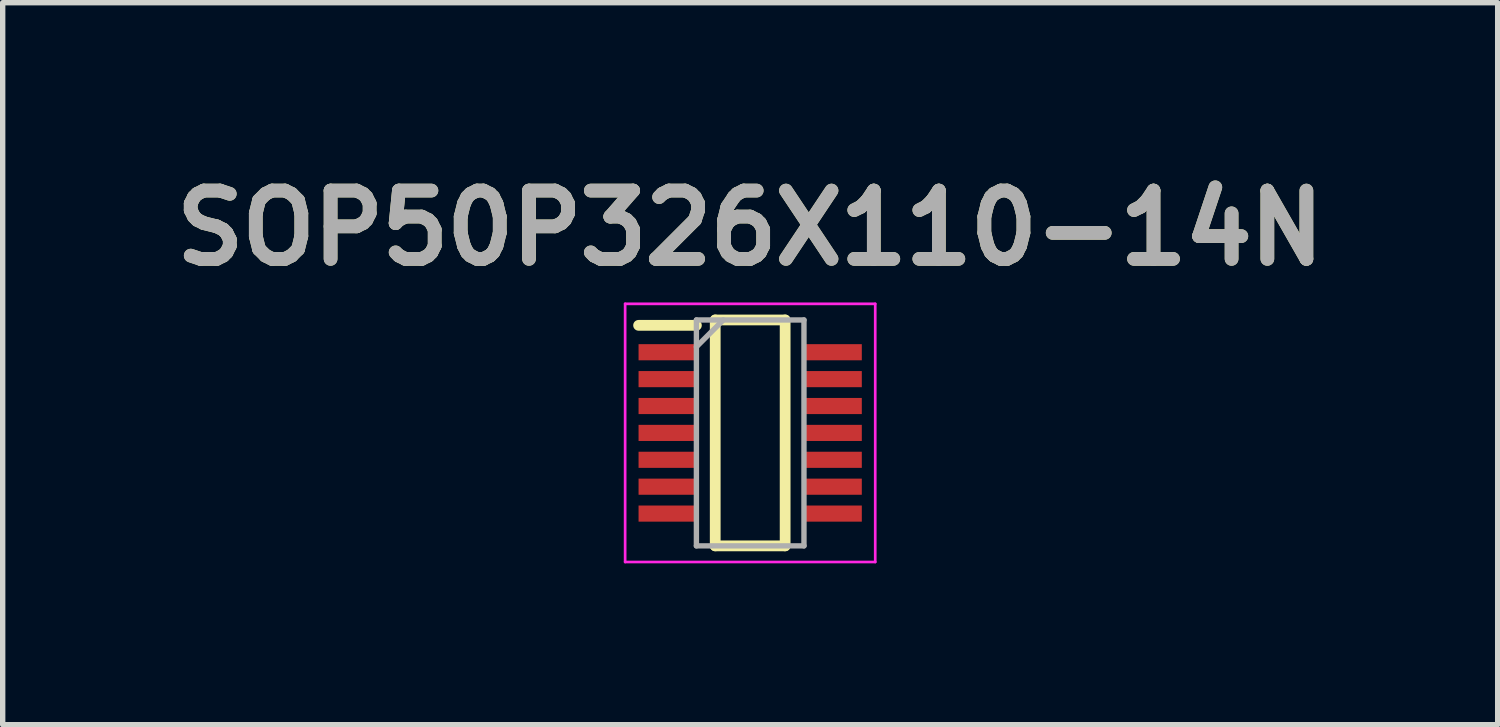
<source format=kicad_pcb>
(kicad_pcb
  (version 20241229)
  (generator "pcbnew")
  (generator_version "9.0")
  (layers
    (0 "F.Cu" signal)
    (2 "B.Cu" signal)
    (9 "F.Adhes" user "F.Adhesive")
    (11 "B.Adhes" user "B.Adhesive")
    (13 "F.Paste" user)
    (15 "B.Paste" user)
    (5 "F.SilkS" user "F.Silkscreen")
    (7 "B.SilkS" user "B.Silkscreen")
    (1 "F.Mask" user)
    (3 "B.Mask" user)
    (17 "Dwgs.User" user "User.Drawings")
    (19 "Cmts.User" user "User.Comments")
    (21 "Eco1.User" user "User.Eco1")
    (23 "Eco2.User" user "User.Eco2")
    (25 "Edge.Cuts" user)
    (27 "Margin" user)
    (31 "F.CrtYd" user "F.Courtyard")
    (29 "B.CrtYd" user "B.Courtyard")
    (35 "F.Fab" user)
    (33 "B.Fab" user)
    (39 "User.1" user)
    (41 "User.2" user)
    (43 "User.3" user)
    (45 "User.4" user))
  (footprint "SOP50P326X110-14N"
    (layer "F.Cu")
    (at 10.898 4.999)
    (property "Reference" "SOP50P326X110-14N" (at 0 -3.81 0) (layer "F.SilkS") (effects (font (size 1.27 1.27) (thickness 0.254))))
    (attr smd)
    (fp_line (start -2.075 -2) (end -1 -2) (stroke (width 0.2) (type solid)) (layer "F.SilkS"))
    (fp_line (start -0.65 -2.1) (end 0.65 -2.1) (stroke (width 0.2) (type solid)) (layer "F.SilkS"))
    (fp_line (start -0.65 2.1) (end -0.65 -2.1) (stroke (width 0.2) (type solid)) (layer "F.SilkS"))
    (fp_line (start 0.65 -2.1) (end 0.65 2.1) (stroke (width 0.2) (type solid)) (layer "F.SilkS"))
    (fp_line (start 0.65 2.1) (end -0.65 2.1) (stroke (width 0.2) (type solid)) (layer "F.SilkS"))
    (fp_line (start -2.325 -2.4) (end 2.325 -2.4) (stroke (width 0.05) (type solid)) (layer "F.CrtYd"))
    (fp_line (start -2.325 2.4) (end -2.325 -2.4) (stroke (width 0.05) (type solid)) (layer "F.CrtYd"))
    (fp_line (start 2.325 -2.4) (end 2.325 2.4) (stroke (width 0.05) (type solid)) (layer "F.CrtYd"))
    (fp_line (start 2.325 2.4) (end -2.325 2.4) (stroke (width 0.05) (type solid)) (layer "F.CrtYd"))
    (fp_line (start -1 -2.1) (end 1 -2.1) (stroke (width 0.1) (type solid)) (layer "F.Fab"))
    (fp_line (start -1 -1.6) (end -0.5 -2.1) (stroke (width 0.1) (type solid)) (layer "F.Fab"))
    (fp_line (start -1 2.1) (end -1 -2.1) (stroke (width 0.1) (type solid)) (layer "F.Fab"))
    (fp_line (start 1 -2.1) (end 1 2.1) (stroke (width 0.1) (type solid)) (layer "F.Fab"))
    (fp_line (start 1 2.1) (end -1 2.1) (stroke (width 0.1) (type solid)) (layer "F.Fab"))
    (fp_text user "${REFERENCE}" (at 0 -3.81 0) (layer "F.Fab") (effects (font (size 1.27 1.27) (thickness 0.254))))
    (pad "1" smd rect (at -1.538 -1.5 90) (size 0.3 1.075) (layers "F.Cu" "F.Mask" "F.Paste"))
    (pad "2" smd rect (at -1.538 -1 90) (size 0.3 1.075) (layers "F.Cu" "F.Mask" "F.Paste"))
    (pad "3" smd rect (at -1.538 -0.5 90) (size 0.3 1.075) (layers "F.Cu" "F.Mask" "F.Paste"))
    (pad "4" smd rect (at -1.538 0 90) (size 0.3 1.075) (layers "F.Cu" "F.Mask" "F.Paste"))
    (pad "5" smd rect (at -1.538 0.5 90) (size 0.3 1.075) (layers "F.Cu" "F.Mask" "F.Paste"))
    (pad "6" smd rect (at -1.538 1 90) (size 0.3 1.075) (layers "F.Cu" "F.Mask" "F.Paste"))
    (pad "7" smd rect (at -1.538 1.5 90) (size 0.3 1.075) (layers "F.Cu" "F.Mask" "F.Paste"))
    (pad "8" smd rect (at 1.538 1.5 90) (size 0.3 1.075) (layers "F.Cu" "F.Mask" "F.Paste"))
    (pad "9" smd rect (at 1.538 1 90) (size 0.3 1.075) (layers "F.Cu" "F.Mask" "F.Paste"))
    (pad "10" smd rect (at 1.538 0.5 90) (size 0.3 1.075) (layers "F.Cu" "F.Mask" "F.Paste"))
    (pad "11" smd rect (at 1.538 0 90) (size 0.3 1.075) (layers "F.Cu" "F.Mask" "F.Paste"))
    (pad "12" smd rect (at 1.538 -0.5 90) (size 0.3 1.075) (layers "F.Cu" "F.Mask" "F.Paste"))
    (pad "13" smd rect (at 1.538 -1 90) (size 0.3 1.075) (layers "F.Cu" "F.Mask" "F.Paste"))
    (pad "14" smd rect (at 1.538 -1.5 90) (size 0.3 1.075) (layers "F.Cu" "F.Mask" "F.Paste")))
  (gr_rect
    (start -3 -3)
    (end 24.796 10.424)
    (stroke (width 0.1) (type default))
    (fill no)
    (layer "Edge.Cuts")))
</source>
